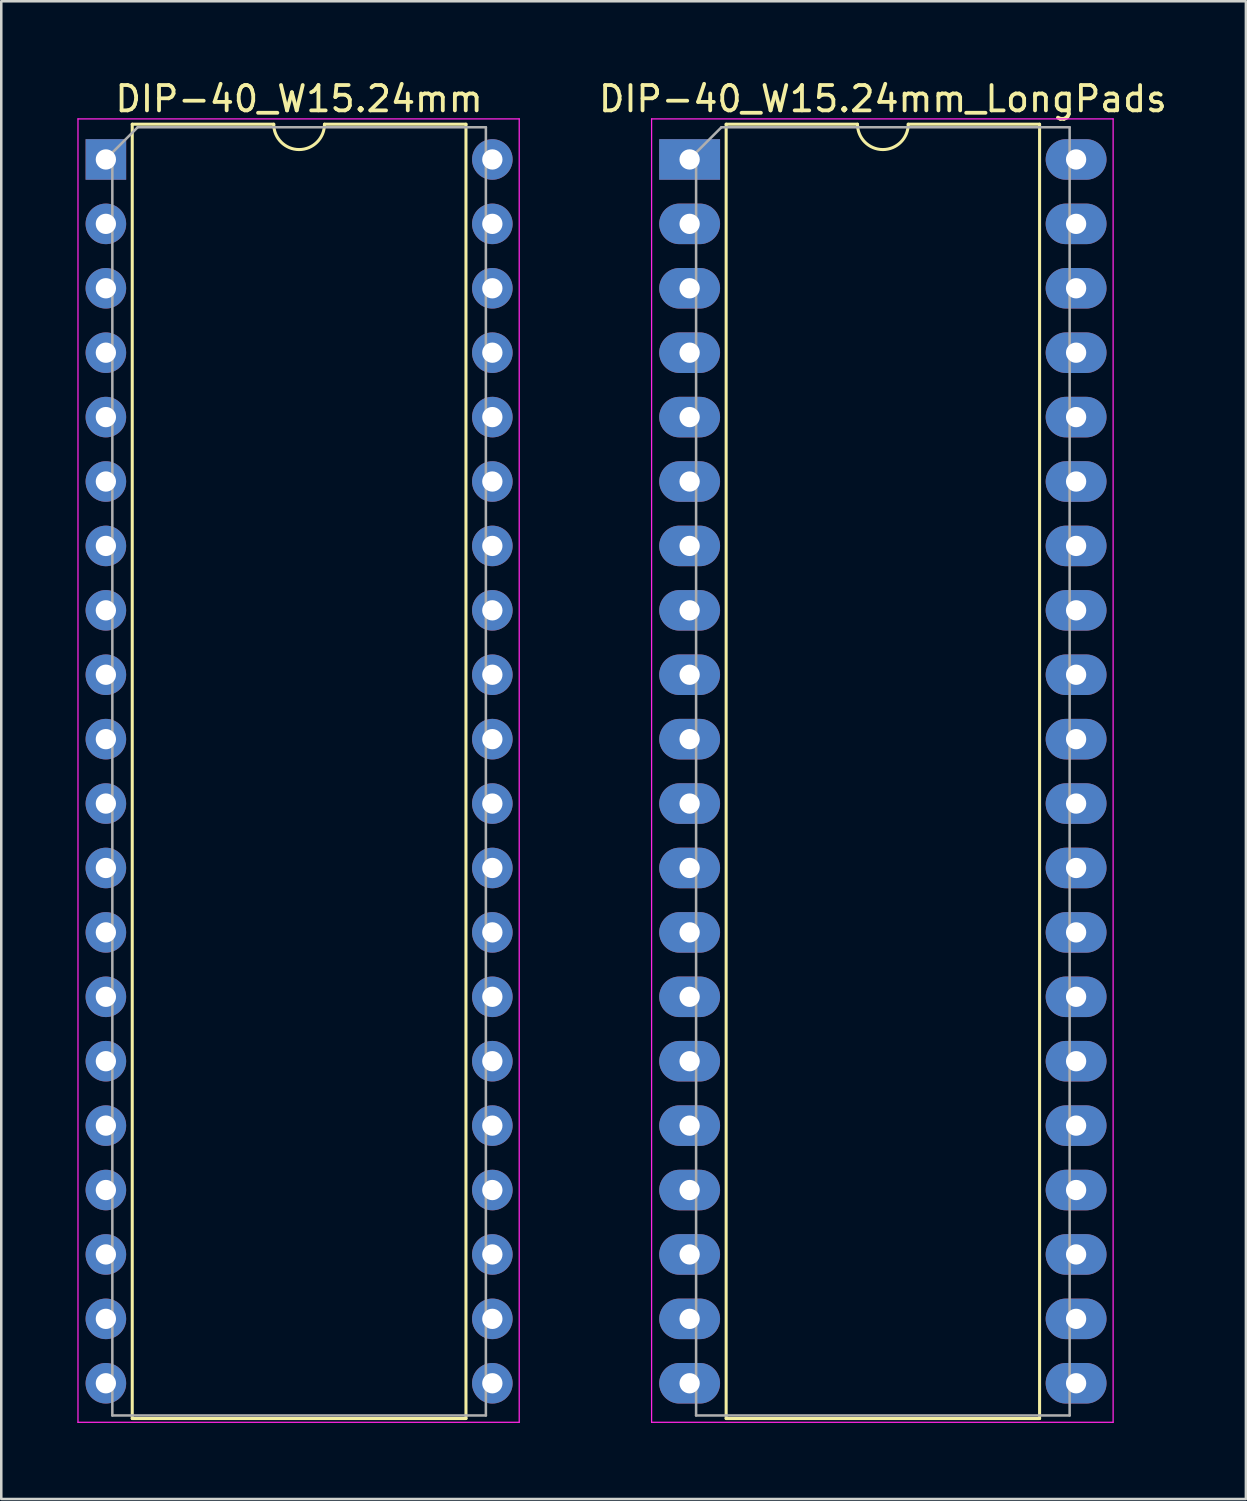
<source format=kicad_pcb>
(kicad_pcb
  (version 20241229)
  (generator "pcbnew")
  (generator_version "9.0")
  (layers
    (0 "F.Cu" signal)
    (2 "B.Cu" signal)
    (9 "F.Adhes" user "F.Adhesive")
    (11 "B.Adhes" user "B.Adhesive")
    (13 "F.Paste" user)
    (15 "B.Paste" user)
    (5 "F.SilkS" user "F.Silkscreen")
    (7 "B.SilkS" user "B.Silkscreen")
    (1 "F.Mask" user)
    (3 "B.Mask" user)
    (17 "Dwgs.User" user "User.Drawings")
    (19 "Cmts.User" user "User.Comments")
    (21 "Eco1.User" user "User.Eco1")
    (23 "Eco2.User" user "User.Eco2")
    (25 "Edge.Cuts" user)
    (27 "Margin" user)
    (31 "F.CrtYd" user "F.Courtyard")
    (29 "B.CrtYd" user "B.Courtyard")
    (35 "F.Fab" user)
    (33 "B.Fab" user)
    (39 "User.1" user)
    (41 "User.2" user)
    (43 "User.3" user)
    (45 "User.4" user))
  (footprint "DIP-40_W15.24mm"
    (layer "F.Cu")
    (at 1.125 3.238)
    (property "Reference" "DIP-40_W15.24mm" (at 7.62 -2.39 0) (layer "F.SilkS") (effects (font (size 1 1) (thickness 0.15))))
    (attr through_hole)
    (fp_line (start 1.04 -1.39) (end 1.04 49.65) (stroke (width 0.12) (type solid)) (layer "F.SilkS"))
    (fp_line (start 1.04 49.65) (end 14.2 49.65) (stroke (width 0.12) (type solid)) (layer "F.SilkS"))
    (fp_line (start 6.62 -1.39) (end 1.04 -1.39) (stroke (width 0.12) (type solid)) (layer "F.SilkS"))
    (fp_line (start 14.2 -1.39) (end 8.62 -1.39) (stroke (width 0.12) (type solid)) (layer "F.SilkS"))
    (fp_line (start 14.2 49.65) (end 14.2 -1.39) (stroke (width 0.12) (type solid)) (layer "F.SilkS"))
    (fp_arc (start 8.62 -1.39) (mid 7.62 -0.39) (end 6.62 -1.39) (stroke (width 0.12) (type solid)) (layer "F.SilkS"))
    (fp_line (start -1.1 -1.6) (end -1.1 49.8) (stroke (width 0.05) (type solid)) (layer "F.CrtYd"))
    (fp_line (start -1.1 49.8) (end 16.3 49.8) (stroke (width 0.05) (type solid)) (layer "F.CrtYd"))
    (fp_line (start 16.3 -1.6) (end -1.1 -1.6) (stroke (width 0.05) (type solid)) (layer "F.CrtYd"))
    (fp_line (start 16.3 49.8) (end 16.3 -1.6) (stroke (width 0.05) (type solid)) (layer "F.CrtYd"))
    (fp_line (start 0.255 -0.27) (end 1.255 -1.27) (stroke (width 0.1) (type solid)) (layer "F.Fab"))
    (fp_line (start 0.255 49.53) (end 0.255 -0.27) (stroke (width 0.1) (type solid)) (layer "F.Fab"))
    (fp_line (start 1.255 -1.27) (end 14.985 -1.27) (stroke (width 0.1) (type solid)) (layer "F.Fab"))
    (fp_line (start 14.985 -1.27) (end 14.985 49.53) (stroke (width 0.1) (type solid)) (layer "F.Fab"))
    (fp_line (start 14.985 49.53) (end 0.255 49.53) (stroke (width 0.1) (type solid)) (layer "F.Fab"))
    (pad "1" thru_hole rect (at 0 0) (size 1.6 1.6) (drill 0.8) (layers "*.Cu" "*.Mask"))
    (pad "2" thru_hole oval (at 0 2.54) (size 1.6 1.6) (drill 0.8) (layers "*.Cu" "*.Mask"))
    (pad "3" thru_hole oval (at 0 5.08) (size 1.6 1.6) (drill 0.8) (layers "*.Cu" "*.Mask"))
    (pad "4" thru_hole oval (at 0 7.62) (size 1.6 1.6) (drill 0.8) (layers "*.Cu" "*.Mask"))
    (pad "5" thru_hole oval (at 0 10.16) (size 1.6 1.6) (drill 0.8) (layers "*.Cu" "*.Mask"))
    (pad "6" thru_hole oval (at 0 12.7) (size 1.6 1.6) (drill 0.8) (layers "*.Cu" "*.Mask"))
    (pad "7" thru_hole oval (at 0 15.24) (size 1.6 1.6) (drill 0.8) (layers "*.Cu" "*.Mask"))
    (pad "8" thru_hole oval (at 0 17.78) (size 1.6 1.6) (drill 0.8) (layers "*.Cu" "*.Mask"))
    (pad "9" thru_hole oval (at 0 20.32) (size 1.6 1.6) (drill 0.8) (layers "*.Cu" "*.Mask"))
    (pad "10" thru_hole oval (at 0 22.86) (size 1.6 1.6) (drill 0.8) (layers "*.Cu" "*.Mask"))
    (pad "11" thru_hole oval (at 0 25.4) (size 1.6 1.6) (drill 0.8) (layers "*.Cu" "*.Mask"))
    (pad "12" thru_hole oval (at 0 27.94) (size 1.6 1.6) (drill 0.8) (layers "*.Cu" "*.Mask"))
    (pad "13" thru_hole oval (at 0 30.48) (size 1.6 1.6) (drill 0.8) (layers "*.Cu" "*.Mask"))
    (pad "14" thru_hole oval (at 0 33.02) (size 1.6 1.6) (drill 0.8) (layers "*.Cu" "*.Mask"))
    (pad "15" thru_hole oval (at 0 35.56) (size 1.6 1.6) (drill 0.8) (layers "*.Cu" "*.Mask"))
    (pad "16" thru_hole oval (at 0 38.1) (size 1.6 1.6) (drill 0.8) (layers "*.Cu" "*.Mask"))
    (pad "17" thru_hole oval (at 0 40.64) (size 1.6 1.6) (drill 0.8) (layers "*.Cu" "*.Mask"))
    (pad "18" thru_hole oval (at 0 43.18) (size 1.6 1.6) (drill 0.8) (layers "*.Cu" "*.Mask"))
    (pad "19" thru_hole oval (at 0 45.72) (size 1.6 1.6) (drill 0.8) (layers "*.Cu" "*.Mask"))
    (pad "20" thru_hole oval (at 0 48.26) (size 1.6 1.6) (drill 0.8) (layers "*.Cu" "*.Mask"))
    (pad "21" thru_hole oval (at 15.24 48.26) (size 1.6 1.6) (drill 0.8) (layers "*.Cu" "*.Mask"))
    (pad "22" thru_hole oval (at 15.24 45.72) (size 1.6 1.6) (drill 0.8) (layers "*.Cu" "*.Mask"))
    (pad "23" thru_hole oval (at 15.24 43.18) (size 1.6 1.6) (drill 0.8) (layers "*.Cu" "*.Mask"))
    (pad "24" thru_hole oval (at 15.24 40.64) (size 1.6 1.6) (drill 0.8) (layers "*.Cu" "*.Mask"))
    (pad "25" thru_hole oval (at 15.24 38.1) (size 1.6 1.6) (drill 0.8) (layers "*.Cu" "*.Mask"))
    (pad "26" thru_hole oval (at 15.24 35.56) (size 1.6 1.6) (drill 0.8) (layers "*.Cu" "*.Mask"))
    (pad "27" thru_hole oval (at 15.24 33.02) (size 1.6 1.6) (drill 0.8) (layers "*.Cu" "*.Mask"))
    (pad "28" thru_hole oval (at 15.24 30.48) (size 1.6 1.6) (drill 0.8) (layers "*.Cu" "*.Mask"))
    (pad "29" thru_hole oval (at 15.24 27.94) (size 1.6 1.6) (drill 0.8) (layers "*.Cu" "*.Mask"))
    (pad "30" thru_hole oval (at 15.24 25.4) (size 1.6 1.6) (drill 0.8) (layers "*.Cu" "*.Mask"))
    (pad "31" thru_hole oval (at 15.24 22.86) (size 1.6 1.6) (drill 0.8) (layers "*.Cu" "*.Mask"))
    (pad "32" thru_hole oval (at 15.24 20.32) (size 1.6 1.6) (drill 0.8) (layers "*.Cu" "*.Mask"))
    (pad "33" thru_hole oval (at 15.24 17.78) (size 1.6 1.6) (drill 0.8) (layers "*.Cu" "*.Mask"))
    (pad "34" thru_hole oval (at 15.24 15.24) (size 1.6 1.6) (drill 0.8) (layers "*.Cu" "*.Mask"))
    (pad "35" thru_hole oval (at 15.24 12.7) (size 1.6 1.6) (drill 0.8) (layers "*.Cu" "*.Mask"))
    (pad "36" thru_hole oval (at 15.24 10.16) (size 1.6 1.6) (drill 0.8) (layers "*.Cu" "*.Mask"))
    (pad "37" thru_hole oval (at 15.24 7.62) (size 1.6 1.6) (drill 0.8) (layers "*.Cu" "*.Mask"))
    (pad "38" thru_hole oval (at 15.24 5.08) (size 1.6 1.6) (drill 0.8) (layers "*.Cu" "*.Mask"))
    (pad "39" thru_hole oval (at 15.24 2.54) (size 1.6 1.6) (drill 0.8) (layers "*.Cu" "*.Mask"))
    (pad "40" thru_hole oval (at 15.24 0) (size 1.6 1.6) (drill 0.8) (layers "*.Cu" "*.Mask")))
  (footprint "DIP-40_W15.24mm_LongPads"
    (layer "F.Cu")
    (at 24.145 3.238)
    (property "Reference" "DIP-40_W15.24mm_LongPads" (at 7.62 -2.39 0) (layer "F.SilkS") (effects (font (size 1 1) (thickness 0.15))))
    (attr through_hole)
    (fp_line (start 1.44 -1.39) (end 1.44 49.65) (stroke (width 0.12) (type solid)) (layer "F.SilkS"))
    (fp_line (start 1.44 49.65) (end 13.8 49.65) (stroke (width 0.12) (type solid)) (layer "F.SilkS"))
    (fp_line (start 6.62 -1.39) (end 1.44 -1.39) (stroke (width 0.12) (type solid)) (layer "F.SilkS"))
    (fp_line (start 13.8 -1.39) (end 8.62 -1.39) (stroke (width 0.12) (type solid)) (layer "F.SilkS"))
    (fp_line (start 13.8 49.65) (end 13.8 -1.39) (stroke (width 0.12) (type solid)) (layer "F.SilkS"))
    (fp_arc (start 8.62 -1.39) (mid 7.62 -0.39) (end 6.62 -1.39) (stroke (width 0.12) (type solid)) (layer "F.SilkS"))
    (fp_line (start -1.5 -1.6) (end -1.5 49.8) (stroke (width 0.05) (type solid)) (layer "F.CrtYd"))
    (fp_line (start -1.5 49.8) (end 16.7 49.8) (stroke (width 0.05) (type solid)) (layer "F.CrtYd"))
    (fp_line (start 16.7 -1.6) (end -1.5 -1.6) (stroke (width 0.05) (type solid)) (layer "F.CrtYd"))
    (fp_line (start 16.7 49.8) (end 16.7 -1.6) (stroke (width 0.05) (type solid)) (layer "F.CrtYd"))
    (fp_line (start 0.255 -0.27) (end 1.255 -1.27) (stroke (width 0.1) (type solid)) (layer "F.Fab"))
    (fp_line (start 0.255 49.53) (end 0.255 -0.27) (stroke (width 0.1) (type solid)) (layer "F.Fab"))
    (fp_line (start 1.255 -1.27) (end 14.985 -1.27) (stroke (width 0.1) (type solid)) (layer "F.Fab"))
    (fp_line (start 14.985 -1.27) (end 14.985 49.53) (stroke (width 0.1) (type solid)) (layer "F.Fab"))
    (fp_line (start 14.985 49.53) (end 0.255 49.53) (stroke (width 0.1) (type solid)) (layer "F.Fab"))
    (pad "1" thru_hole rect (at 0 0) (size 2.4 1.6) (drill 0.8) (layers "*.Cu" "*.Mask"))
    (pad "2" thru_hole oval (at 0 2.54) (size 2.4 1.6) (drill 0.8) (layers "*.Cu" "*.Mask"))
    (pad "3" thru_hole oval (at 0 5.08) (size 2.4 1.6) (drill 0.8) (layers "*.Cu" "*.Mask"))
    (pad "4" thru_hole oval (at 0 7.62) (size 2.4 1.6) (drill 0.8) (layers "*.Cu" "*.Mask"))
    (pad "5" thru_hole oval (at 0 10.16) (size 2.4 1.6) (drill 0.8) (layers "*.Cu" "*.Mask"))
    (pad "6" thru_hole oval (at 0 12.7) (size 2.4 1.6) (drill 0.8) (layers "*.Cu" "*.Mask"))
    (pad "7" thru_hole oval (at 0 15.24) (size 2.4 1.6) (drill 0.8) (layers "*.Cu" "*.Mask"))
    (pad "8" thru_hole oval (at 0 17.78) (size 2.4 1.6) (drill 0.8) (layers "*.Cu" "*.Mask"))
    (pad "9" thru_hole oval (at 0 20.32) (size 2.4 1.6) (drill 0.8) (layers "*.Cu" "*.Mask"))
    (pad "10" thru_hole oval (at 0 22.86) (size 2.4 1.6) (drill 0.8) (layers "*.Cu" "*.Mask"))
    (pad "11" thru_hole oval (at 0 25.4) (size 2.4 1.6) (drill 0.8) (layers "*.Cu" "*.Mask"))
    (pad "12" thru_hole oval (at 0 27.94) (size 2.4 1.6) (drill 0.8) (layers "*.Cu" "*.Mask"))
    (pad "13" thru_hole oval (at 0 30.48) (size 2.4 1.6) (drill 0.8) (layers "*.Cu" "*.Mask"))
    (pad "14" thru_hole oval (at 0 33.02) (size 2.4 1.6) (drill 0.8) (layers "*.Cu" "*.Mask"))
    (pad "15" thru_hole oval (at 0 35.56) (size 2.4 1.6) (drill 0.8) (layers "*.Cu" "*.Mask"))
    (pad "16" thru_hole oval (at 0 38.1) (size 2.4 1.6) (drill 0.8) (layers "*.Cu" "*.Mask"))
    (pad "17" thru_hole oval (at 0 40.64) (size 2.4 1.6) (drill 0.8) (layers "*.Cu" "*.Mask"))
    (pad "18" thru_hole oval (at 0 43.18) (size 2.4 1.6) (drill 0.8) (layers "*.Cu" "*.Mask"))
    (pad "19" thru_hole oval (at 0 45.72) (size 2.4 1.6) (drill 0.8) (layers "*.Cu" "*.Mask"))
    (pad "20" thru_hole oval (at 0 48.26) (size 2.4 1.6) (drill 0.8) (layers "*.Cu" "*.Mask"))
    (pad "21" thru_hole oval (at 15.24 48.26) (size 2.4 1.6) (drill 0.8) (layers "*.Cu" "*.Mask"))
    (pad "22" thru_hole oval (at 15.24 45.72) (size 2.4 1.6) (drill 0.8) (layers "*.Cu" "*.Mask"))
    (pad "23" thru_hole oval (at 15.24 43.18) (size 2.4 1.6) (drill 0.8) (layers "*.Cu" "*.Mask"))
    (pad "24" thru_hole oval (at 15.24 40.64) (size 2.4 1.6) (drill 0.8) (layers "*.Cu" "*.Mask"))
    (pad "25" thru_hole oval (at 15.24 38.1) (size 2.4 1.6) (drill 0.8) (layers "*.Cu" "*.Mask"))
    (pad "26" thru_hole oval (at 15.24 35.56) (size 2.4 1.6) (drill 0.8) (layers "*.Cu" "*.Mask"))
    (pad "27" thru_hole oval (at 15.24 33.02) (size 2.4 1.6) (drill 0.8) (layers "*.Cu" "*.Mask"))
    (pad "28" thru_hole oval (at 15.24 30.48) (size 2.4 1.6) (drill 0.8) (layers "*.Cu" "*.Mask"))
    (pad "29" thru_hole oval (at 15.24 27.94) (size 2.4 1.6) (drill 0.8) (layers "*.Cu" "*.Mask"))
    (pad "30" thru_hole oval (at 15.24 25.4) (size 2.4 1.6) (drill 0.8) (layers "*.Cu" "*.Mask"))
    (pad "31" thru_hole oval (at 15.24 22.86) (size 2.4 1.6) (drill 0.8) (layers "*.Cu" "*.Mask"))
    (pad "32" thru_hole oval (at 15.24 20.32) (size 2.4 1.6) (drill 0.8) (layers "*.Cu" "*.Mask"))
    (pad "33" thru_hole oval (at 15.24 17.78) (size 2.4 1.6) (drill 0.8) (layers "*.Cu" "*.Mask"))
    (pad "34" thru_hole oval (at 15.24 15.24) (size 2.4 1.6) (drill 0.8) (layers "*.Cu" "*.Mask"))
    (pad "35" thru_hole oval (at 15.24 12.7) (size 2.4 1.6) (drill 0.8) (layers "*.Cu" "*.Mask"))
    (pad "36" thru_hole oval (at 15.24 10.16) (size 2.4 1.6) (drill 0.8) (layers "*.Cu" "*.Mask"))
    (pad "37" thru_hole oval (at 15.24 7.62) (size 2.4 1.6) (drill 0.8) (layers "*.Cu" "*.Mask"))
    (pad "38" thru_hole oval (at 15.24 5.08) (size 2.4 1.6) (drill 0.8) (layers "*.Cu" "*.Mask"))
    (pad "39" thru_hole oval (at 15.24 2.54) (size 2.4 1.6) (drill 0.8) (layers "*.Cu" "*.Mask"))
    (pad "40" thru_hole oval (at 15.24 0) (size 2.4 1.6) (drill 0.8) (layers "*.Cu" "*.Mask")))
  (gr_rect
    (start -3 -3)
    (end 46.081 56.063)
    (stroke (width 0.1) (type default))
    (fill no)
    (layer "Edge.Cuts")))
</source>
